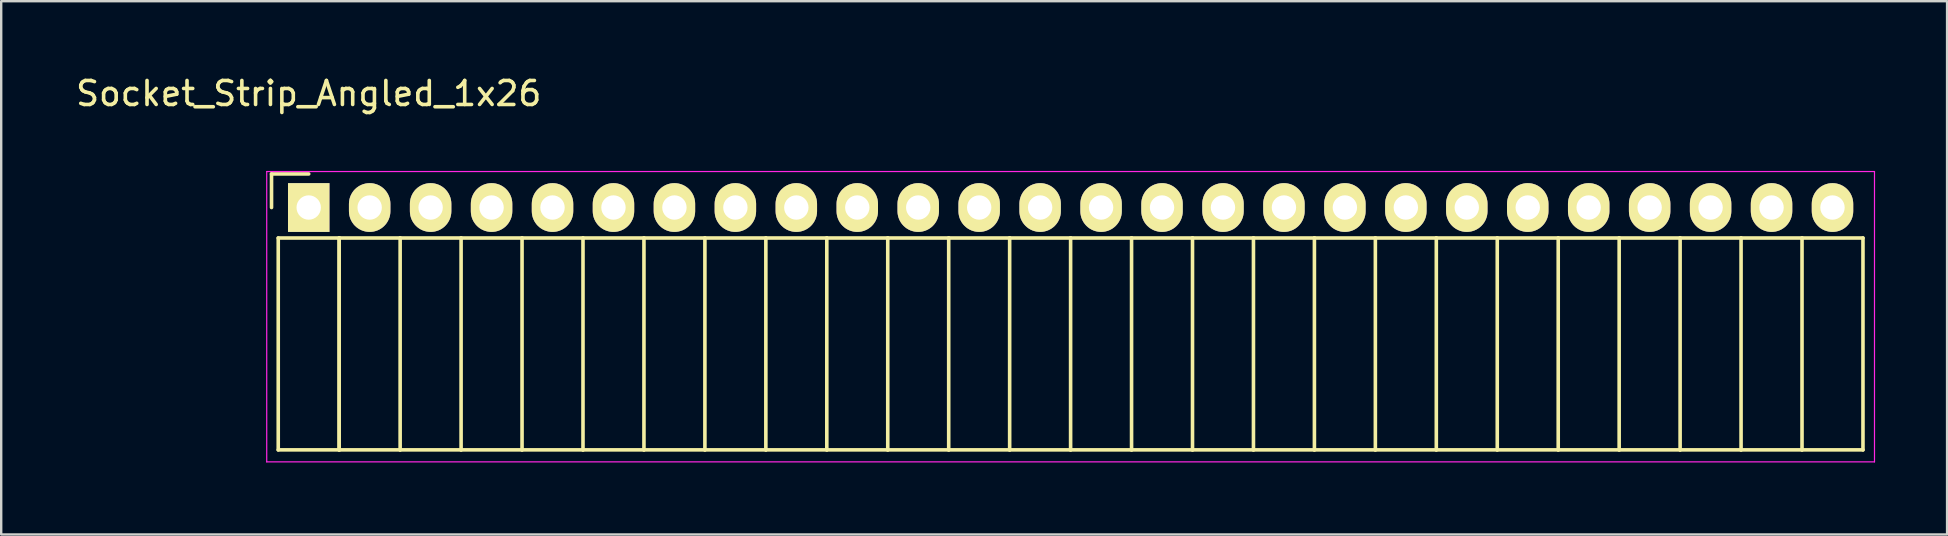
<source format=kicad_pcb>
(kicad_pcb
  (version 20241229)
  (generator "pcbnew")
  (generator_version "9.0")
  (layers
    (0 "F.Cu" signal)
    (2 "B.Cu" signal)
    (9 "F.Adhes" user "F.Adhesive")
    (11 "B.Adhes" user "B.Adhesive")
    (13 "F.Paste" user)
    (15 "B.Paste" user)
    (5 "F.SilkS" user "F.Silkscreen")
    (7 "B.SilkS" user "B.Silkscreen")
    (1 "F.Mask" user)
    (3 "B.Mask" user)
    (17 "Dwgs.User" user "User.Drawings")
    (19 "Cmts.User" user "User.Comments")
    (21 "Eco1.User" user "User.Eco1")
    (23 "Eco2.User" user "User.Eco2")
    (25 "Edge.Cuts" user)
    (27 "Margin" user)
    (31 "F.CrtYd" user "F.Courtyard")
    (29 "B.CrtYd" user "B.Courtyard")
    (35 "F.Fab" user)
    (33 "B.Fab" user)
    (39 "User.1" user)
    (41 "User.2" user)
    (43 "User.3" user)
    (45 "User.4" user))
  (footprint "Socket_Strip_Angled_1x26"
    (layer "F.Cu")
    (at 9.815 5.598)
    (property "Reference" "Socket_Strip_Angled_1x26" (at 0 -4.75 0) (layer "F.SilkS") (effects (font (size 1 1) (thickness 0.15))))
    (attr through_hole)
    (fp_line (start -1.55 -1.4) (end -1.55 0) (stroke (width 0.15) (type solid)) (layer "F.SilkS"))
    (fp_line (start -1.27 1.27) (end -1.27 10.1) (stroke (width 0.15) (type solid)) (layer "F.SilkS"))
    (fp_line (start -1.27 1.27) (end 1.27 1.27) (stroke (width 0.15) (type solid)) (layer "F.SilkS"))
    (fp_line (start -1.27 10.1) (end 1.27 10.1) (stroke (width 0.15) (type solid)) (layer "F.SilkS"))
    (fp_line (start 0 -1.4) (end -1.55 -1.4) (stroke (width 0.15) (type solid)) (layer "F.SilkS"))
    (fp_line (start 1.27 1.27) (end 1.27 10.1) (stroke (width 0.15) (type solid)) (layer "F.SilkS"))
    (fp_line (start 1.27 1.27) (end 3.81 1.27) (stroke (width 0.15) (type solid)) (layer "F.SilkS"))
    (fp_line (start 1.27 10.1) (end 1.27 1.27) (stroke (width 0.15) (type solid)) (layer "F.SilkS"))
    (fp_line (start 1.27 10.1) (end 3.81 10.1) (stroke (width 0.15) (type solid)) (layer "F.SilkS"))
    (fp_line (start 3.81 1.27) (end 6.35 1.27) (stroke (width 0.15) (type solid)) (layer "F.SilkS"))
    (fp_line (start 3.81 10.1) (end 3.81 1.27) (stroke (width 0.15) (type solid)) (layer "F.SilkS"))
    (fp_line (start 3.81 10.1) (end 6.35 10.1) (stroke (width 0.15) (type solid)) (layer "F.SilkS"))
    (fp_line (start 6.35 1.27) (end 8.89 1.27) (stroke (width 0.15) (type solid)) (layer "F.SilkS"))
    (fp_line (start 6.35 10.1) (end 6.35 1.27) (stroke (width 0.15) (type solid)) (layer "F.SilkS"))
    (fp_line (start 6.35 10.1) (end 8.89 10.1) (stroke (width 0.15) (type solid)) (layer "F.SilkS"))
    (fp_line (start 8.89 1.27) (end 11.43 1.27) (stroke (width 0.15) (type solid)) (layer "F.SilkS"))
    (fp_line (start 8.89 10.1) (end 8.89 1.27) (stroke (width 0.15) (type solid)) (layer "F.SilkS"))
    (fp_line (start 8.89 10.1) (end 11.43 10.1) (stroke (width 0.15) (type solid)) (layer "F.SilkS"))
    (fp_line (start 11.43 1.27) (end 13.97 1.27) (stroke (width 0.15) (type solid)) (layer "F.SilkS"))
    (fp_line (start 11.43 10.1) (end 11.43 1.27) (stroke (width 0.15) (type solid)) (layer "F.SilkS"))
    (fp_line (start 11.43 10.1) (end 13.97 10.1) (stroke (width 0.15) (type solid)) (layer "F.SilkS"))
    (fp_line (start 13.97 1.27) (end 16.51 1.27) (stroke (width 0.15) (type solid)) (layer "F.SilkS"))
    (fp_line (start 13.97 10.1) (end 13.97 1.27) (stroke (width 0.15) (type solid)) (layer "F.SilkS"))
    (fp_line (start 13.97 10.1) (end 16.51 10.1) (stroke (width 0.15) (type solid)) (layer "F.SilkS"))
    (fp_line (start 16.51 1.27) (end 19.05 1.27) (stroke (width 0.15) (type solid)) (layer "F.SilkS"))
    (fp_line (start 16.51 10.1) (end 16.51 1.27) (stroke (width 0.15) (type solid)) (layer "F.SilkS"))
    (fp_line (start 16.51 10.1) (end 19.05 10.1) (stroke (width 0.15) (type solid)) (layer "F.SilkS"))
    (fp_line (start 19.05 1.27) (end 21.59 1.27) (stroke (width 0.15) (type solid)) (layer "F.SilkS"))
    (fp_line (start 19.05 10.1) (end 19.05 1.27) (stroke (width 0.15) (type solid)) (layer "F.SilkS"))
    (fp_line (start 19.05 10.1) (end 21.59 10.1) (stroke (width 0.15) (type solid)) (layer "F.SilkS"))
    (fp_line (start 21.59 1.27) (end 24.13 1.27) (stroke (width 0.15) (type solid)) (layer "F.SilkS"))
    (fp_line (start 21.59 10.1) (end 21.59 1.27) (stroke (width 0.15) (type solid)) (layer "F.SilkS"))
    (fp_line (start 21.59 10.1) (end 24.13 10.1) (stroke (width 0.15) (type solid)) (layer "F.SilkS"))
    (fp_line (start 24.13 1.27) (end 26.67 1.27) (stroke (width 0.15) (type solid)) (layer "F.SilkS"))
    (fp_line (start 24.13 10.1) (end 24.13 1.27) (stroke (width 0.15) (type solid)) (layer "F.SilkS"))
    (fp_line (start 24.13 10.1) (end 26.67 10.1) (stroke (width 0.15) (type solid)) (layer "F.SilkS"))
    (fp_line (start 26.67 1.27) (end 29.21 1.27) (stroke (width 0.15) (type solid)) (layer "F.SilkS"))
    (fp_line (start 26.67 10.1) (end 26.67 1.27) (stroke (width 0.15) (type solid)) (layer "F.SilkS"))
    (fp_line (start 26.67 10.1) (end 29.21 10.1) (stroke (width 0.15) (type solid)) (layer "F.SilkS"))
    (fp_line (start 29.21 1.27) (end 31.75 1.27) (stroke (width 0.15) (type solid)) (layer "F.SilkS"))
    (fp_line (start 29.21 10.1) (end 29.21 1.27) (stroke (width 0.15) (type solid)) (layer "F.SilkS"))
    (fp_line (start 29.21 10.1) (end 31.75 10.1) (stroke (width 0.15) (type solid)) (layer "F.SilkS"))
    (fp_line (start 31.75 1.27) (end 34.29 1.27) (stroke (width 0.15) (type solid)) (layer "F.SilkS"))
    (fp_line (start 31.75 10.1) (end 31.75 1.27) (stroke (width 0.15) (type solid)) (layer "F.SilkS"))
    (fp_line (start 31.75 10.1) (end 34.29 10.1) (stroke (width 0.15) (type solid)) (layer "F.SilkS"))
    (fp_line (start 34.29 1.27) (end 36.83 1.27) (stroke (width 0.15) (type solid)) (layer "F.SilkS"))
    (fp_line (start 34.29 10.1) (end 34.29 1.27) (stroke (width 0.15) (type solid)) (layer "F.SilkS"))
    (fp_line (start 34.29 10.1) (end 36.83 10.1) (stroke (width 0.15) (type solid)) (layer "F.SilkS"))
    (fp_line (start 36.83 1.27) (end 39.37 1.27) (stroke (width 0.15) (type solid)) (layer "F.SilkS"))
    (fp_line (start 36.83 10.1) (end 36.83 1.27) (stroke (width 0.15) (type solid)) (layer "F.SilkS"))
    (fp_line (start 36.83 10.1) (end 39.37 10.1) (stroke (width 0.15) (type solid)) (layer "F.SilkS"))
    (fp_line (start 39.37 1.27) (end 41.91 1.27) (stroke (width 0.15) (type solid)) (layer "F.SilkS"))
    (fp_line (start 39.37 10.1) (end 39.37 1.27) (stroke (width 0.15) (type solid)) (layer "F.SilkS"))
    (fp_line (start 39.37 10.1) (end 41.91 10.1) (stroke (width 0.15) (type solid)) (layer "F.SilkS"))
    (fp_line (start 41.91 1.27) (end 44.45 1.27) (stroke (width 0.15) (type solid)) (layer "F.SilkS"))
    (fp_line (start 41.91 10.1) (end 41.91 1.27) (stroke (width 0.15) (type solid)) (layer "F.SilkS"))
    (fp_line (start 41.91 10.1) (end 44.45 10.1) (stroke (width 0.15) (type solid)) (layer "F.SilkS"))
    (fp_line (start 44.45 1.27) (end 46.99 1.27) (stroke (width 0.15) (type solid)) (layer "F.SilkS"))
    (fp_line (start 44.45 10.1) (end 44.45 1.27) (stroke (width 0.15) (type solid)) (layer "F.SilkS"))
    (fp_line (start 44.45 10.1) (end 46.99 10.1) (stroke (width 0.15) (type solid)) (layer "F.SilkS"))
    (fp_line (start 46.99 1.27) (end 49.53 1.27) (stroke (width 0.15) (type solid)) (layer "F.SilkS"))
    (fp_line (start 46.99 10.1) (end 46.99 1.27) (stroke (width 0.15) (type solid)) (layer "F.SilkS"))
    (fp_line (start 46.99 10.1) (end 49.53 10.1) (stroke (width 0.15) (type solid)) (layer "F.SilkS"))
    (fp_line (start 49.53 1.27) (end 52.07 1.27) (stroke (width 0.15) (type solid)) (layer "F.SilkS"))
    (fp_line (start 49.53 10.1) (end 49.53 1.27) (stroke (width 0.15) (type solid)) (layer "F.SilkS"))
    (fp_line (start 49.53 10.1) (end 52.07 10.1) (stroke (width 0.15) (type solid)) (layer "F.SilkS"))
    (fp_line (start 52.07 1.27) (end 54.61 1.27) (stroke (width 0.15) (type solid)) (layer "F.SilkS"))
    (fp_line (start 52.07 10.1) (end 52.07 1.27) (stroke (width 0.15) (type solid)) (layer "F.SilkS"))
    (fp_line (start 52.07 10.1) (end 54.61 10.1) (stroke (width 0.15) (type solid)) (layer "F.SilkS"))
    (fp_line (start 54.61 1.27) (end 57.15 1.27) (stroke (width 0.15) (type solid)) (layer "F.SilkS"))
    (fp_line (start 54.61 10.1) (end 54.61 1.27) (stroke (width 0.15) (type solid)) (layer "F.SilkS"))
    (fp_line (start 54.61 10.1) (end 57.15 10.1) (stroke (width 0.15) (type solid)) (layer "F.SilkS"))
    (fp_line (start 57.15 1.27) (end 59.69 1.27) (stroke (width 0.15) (type solid)) (layer "F.SilkS"))
    (fp_line (start 57.15 10.1) (end 57.15 1.27) (stroke (width 0.15) (type solid)) (layer "F.SilkS"))
    (fp_line (start 57.15 10.1) (end 59.69 10.1) (stroke (width 0.15) (type solid)) (layer "F.SilkS"))
    (fp_line (start 59.69 1.27) (end 62.23 1.27) (stroke (width 0.15) (type solid)) (layer "F.SilkS"))
    (fp_line (start 59.69 10.1) (end 59.69 1.27) (stroke (width 0.15) (type solid)) (layer "F.SilkS"))
    (fp_line (start 59.69 10.1) (end 62.23 10.1) (stroke (width 0.15) (type solid)) (layer "F.SilkS"))
    (fp_line (start 62.23 1.27) (end 64.77 1.27) (stroke (width 0.15) (type solid)) (layer "F.SilkS"))
    (fp_line (start 62.23 10.1) (end 62.23 1.27) (stroke (width 0.15) (type solid)) (layer "F.SilkS"))
    (fp_line (start 62.23 10.1) (end 64.77 10.1) (stroke (width 0.15) (type solid)) (layer "F.SilkS"))
    (fp_line (start 64.77 10.1) (end 64.77 1.27) (stroke (width 0.15) (type solid)) (layer "F.SilkS"))
    (fp_line (start -1.75 -1.5) (end -1.75 10.6) (stroke (width 0.05) (type solid)) (layer "F.CrtYd"))
    (fp_line (start -1.75 -1.5) (end 65.25 -1.5) (stroke (width 0.05) (type solid)) (layer "F.CrtYd"))
    (fp_line (start -1.75 10.6) (end 65.25 10.6) (stroke (width 0.05) (type solid)) (layer "F.CrtYd"))
    (fp_line (start 65.25 -1.5) (end 65.25 10.6) (stroke (width 0.05) (type solid)) (layer "F.CrtYd"))
    (pad "1" thru_hole rect (at 0 0) (size 1.727 2.032) (drill 1.016) (layers "*.Cu" "*.Mask" "F.SilkS"))
    (pad "2" thru_hole oval (at 2.54 0) (size 1.727 2.032) (drill 1.016) (layers "*.Cu" "*.Mask" "F.SilkS"))
    (pad "3" thru_hole oval (at 5.08 0) (size 1.727 2.032) (drill 1.016) (layers "*.Cu" "*.Mask" "F.SilkS"))
    (pad "4" thru_hole oval (at 7.62 0) (size 1.727 2.032) (drill 1.016) (layers "*.Cu" "*.Mask" "F.SilkS"))
    (pad "5" thru_hole oval (at 10.16 0) (size 1.727 2.032) (drill 1.016) (layers "*.Cu" "*.Mask" "F.SilkS"))
    (pad "6" thru_hole oval (at 12.7 0) (size 1.727 2.032) (drill 1.016) (layers "*.Cu" "*.Mask" "F.SilkS"))
    (pad "7" thru_hole oval (at 15.24 0) (size 1.727 2.032) (drill 1.016) (layers "*.Cu" "*.Mask" "F.SilkS"))
    (pad "8" thru_hole oval (at 17.78 0) (size 1.727 2.032) (drill 1.016) (layers "*.Cu" "*.Mask" "F.SilkS"))
    (pad "9" thru_hole oval (at 20.32 0) (size 1.727 2.032) (drill 1.016) (layers "*.Cu" "*.Mask" "F.SilkS"))
    (pad "10" thru_hole oval (at 22.86 0) (size 1.727 2.032) (drill 1.016) (layers "*.Cu" "*.Mask" "F.SilkS"))
    (pad "11" thru_hole oval (at 25.4 0) (size 1.727 2.032) (drill 1.016) (layers "*.Cu" "*.Mask" "F.SilkS"))
    (pad "12" thru_hole oval (at 27.94 0) (size 1.727 2.032) (drill 1.016) (layers "*.Cu" "*.Mask" "F.SilkS"))
    (pad "13" thru_hole oval (at 30.48 0) (size 1.727 2.032) (drill 1.016) (layers "*.Cu" "*.Mask" "F.SilkS"))
    (pad "14" thru_hole oval (at 33.02 0) (size 1.727 2.032) (drill 1.016) (layers "*.Cu" "*.Mask" "F.SilkS"))
    (pad "15" thru_hole oval (at 35.56 0) (size 1.727 2.032) (drill 1.016) (layers "*.Cu" "*.Mask" "F.SilkS"))
    (pad "16" thru_hole oval (at 38.1 0) (size 1.727 2.032) (drill 1.016) (layers "*.Cu" "*.Mask" "F.SilkS"))
    (pad "17" thru_hole oval (at 40.64 0) (size 1.727 2.032) (drill 1.016) (layers "*.Cu" "*.Mask" "F.SilkS"))
    (pad "18" thru_hole oval (at 43.18 0) (size 1.727 2.032) (drill 1.016) (layers "*.Cu" "*.Mask" "F.SilkS"))
    (pad "19" thru_hole oval (at 45.72 0) (size 1.727 2.032) (drill 1.016) (layers "*.Cu" "*.Mask" "F.SilkS"))
    (pad "20" thru_hole oval (at 48.26 0) (size 1.727 2.032) (drill 1.016) (layers "*.Cu" "*.Mask" "F.SilkS"))
    (pad "21" thru_hole oval (at 50.8 0) (size 1.727 2.032) (drill 1.016) (layers "*.Cu" "*.Mask" "F.SilkS"))
    (pad "22" thru_hole oval (at 53.34 0) (size 1.727 2.032) (drill 1.016) (layers "*.Cu" "*.Mask" "F.SilkS"))
    (pad "23" thru_hole oval (at 55.88 0) (size 1.727 2.032) (drill 1.016) (layers "*.Cu" "*.Mask" "F.SilkS"))
    (pad "24" thru_hole oval (at 58.42 0) (size 1.727 2.032) (drill 1.016) (layers "*.Cu" "*.Mask" "F.SilkS"))
    (pad "25" thru_hole oval (at 60.96 0) (size 1.727 2.032) (drill 1.016) (layers "*.Cu" "*.Mask" "F.SilkS"))
    (pad "26" thru_hole oval (at 63.5 0) (size 1.727 2.032) (drill 1.016) (layers "*.Cu" "*.Mask" "F.SilkS")))
  (gr_rect
    (start -3 -3)
    (end 78.09 19.223)
    (stroke (width 0.1) (type default))
    (fill no)
    (layer "Edge.Cuts")))
</source>
